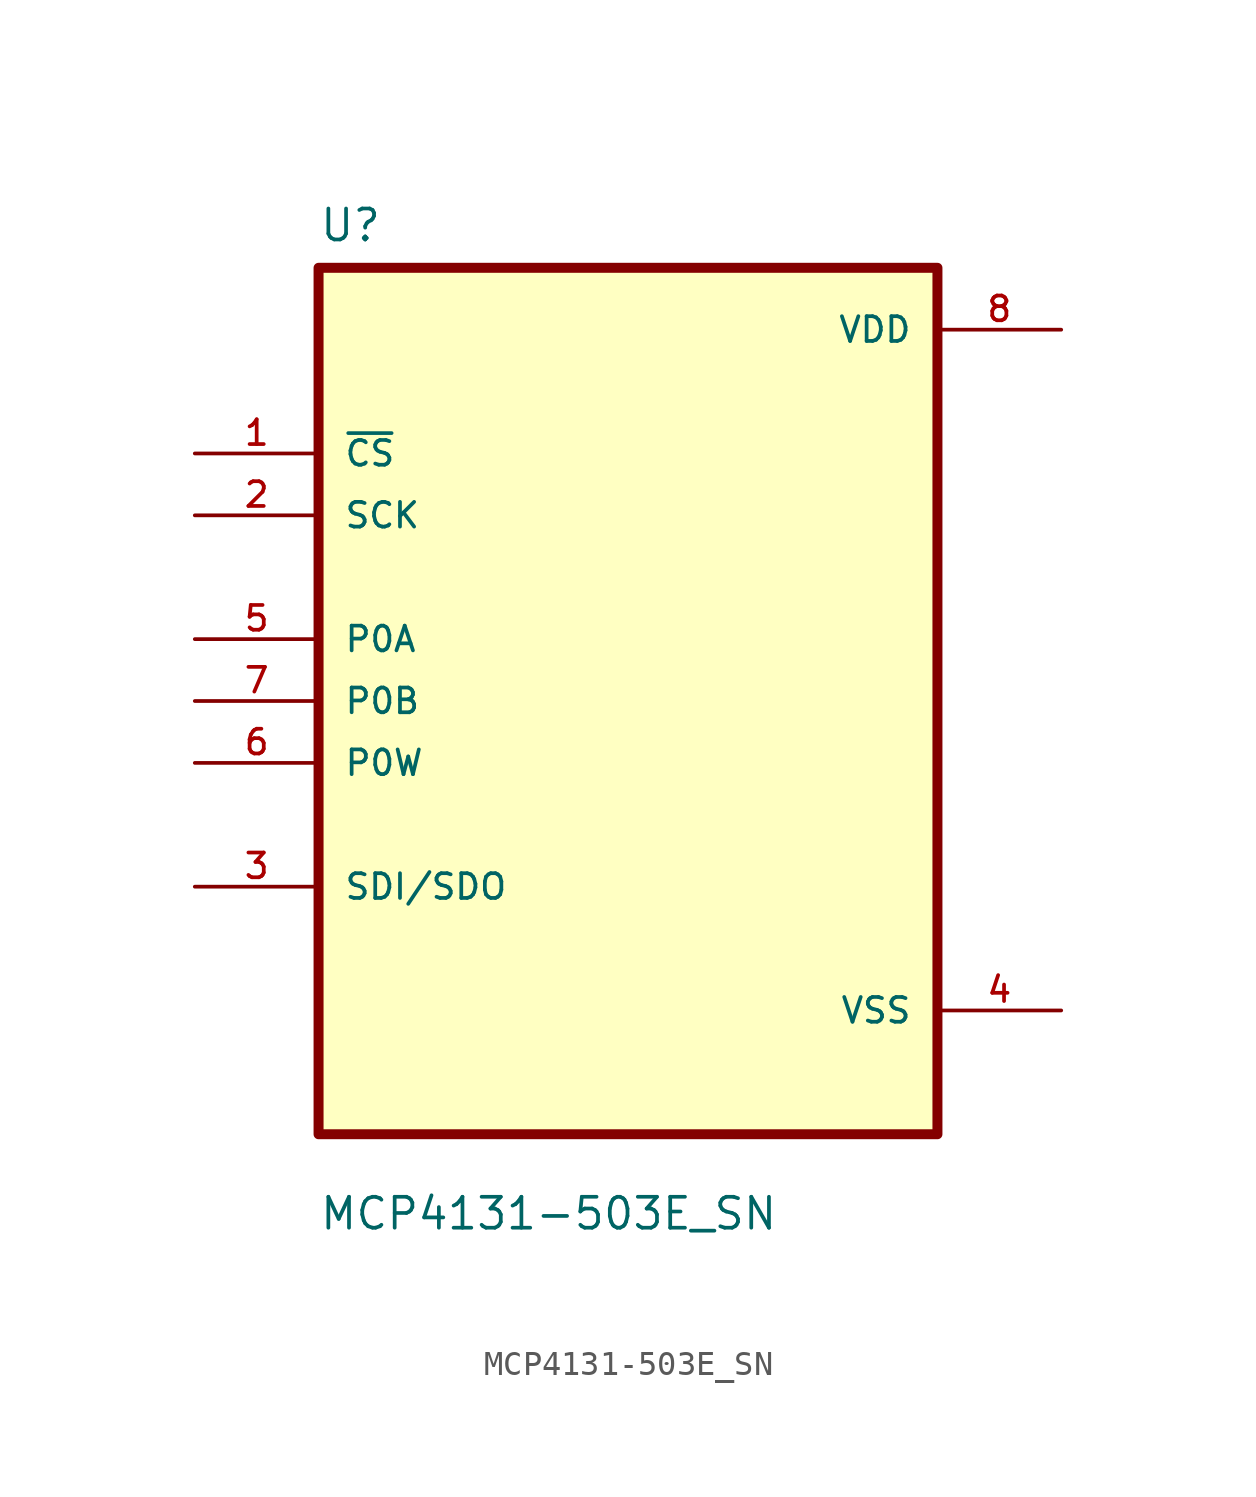
<source format=kicad_sym>
(kicad_symbol_lib
  (version 20211014)
  (generator kicad_symbol_editor)
  (symbol "MCP4131-503E_SN"
    (pin_names
      (offset 1.016))
    (property "Reference" "U"
      (at -12.7 18.78 0.0)
      (effects (font (size 1.27 1.27)) (justify bottom left)))
    (property "Value" "MCP4131-503E_SN"
      (at -12.7 -21.78 0.0)
      (effects (font (size 1.27 1.27)) (justify bottom left)))
    (symbol "MCP4131-503E_SN_0_0"
      (rectangle (start -12.7 -17.78) (end 12.7 17.78) (stroke (width 0.41)) (fill (type background)))
      (pin input line (at -17.78 10.16 0) (length 5.08) (name "~{CS}" (effects (font (size 1.016 1.016)))) (number "1" (effects (font (size 1.016 1.016)))))
      (pin input line (at -17.78 7.62 0) (length 5.08) (name "SCK" (effects (font (size 1.016 1.016)))) (number "2" (effects (font (size 1.016 1.016)))))
      (pin bidirectional line (at -17.78 2.54 0) (length 5.08) (name "P0A" (effects (font (size 1.016 1.016)))) (number "5" (effects (font (size 1.016 1.016)))))
      (pin bidirectional line (at -17.78 0.0 0) (length 5.08) (name "P0B" (effects (font (size 1.016 1.016)))) (number "7" (effects (font (size 1.016 1.016)))))
      (pin bidirectional line (at -17.78 -2.54 0) (length 5.08) (name "P0W" (effects (font (size 1.016 1.016)))) (number "6" (effects (font (size 1.016 1.016)))))
      (pin bidirectional line (at -17.78 -7.62 0) (length 5.08) (name "SDI/SDO" (effects (font (size 1.016 1.016)))) (number "3" (effects (font (size 1.016 1.016)))))
      (pin power_in line (at 17.78 15.24 180.0) (length 5.08) (name "VDD" (effects (font (size 1.016 1.016)))) (number "8" (effects (font (size 1.016 1.016)))))
      (pin power_in line (at 17.78 -12.7 180.0) (length 5.08) (name "VSS" (effects (font (size 1.016 1.016)))) (number "4" (effects (font (size 1.016 1.016))))))))
</source>
